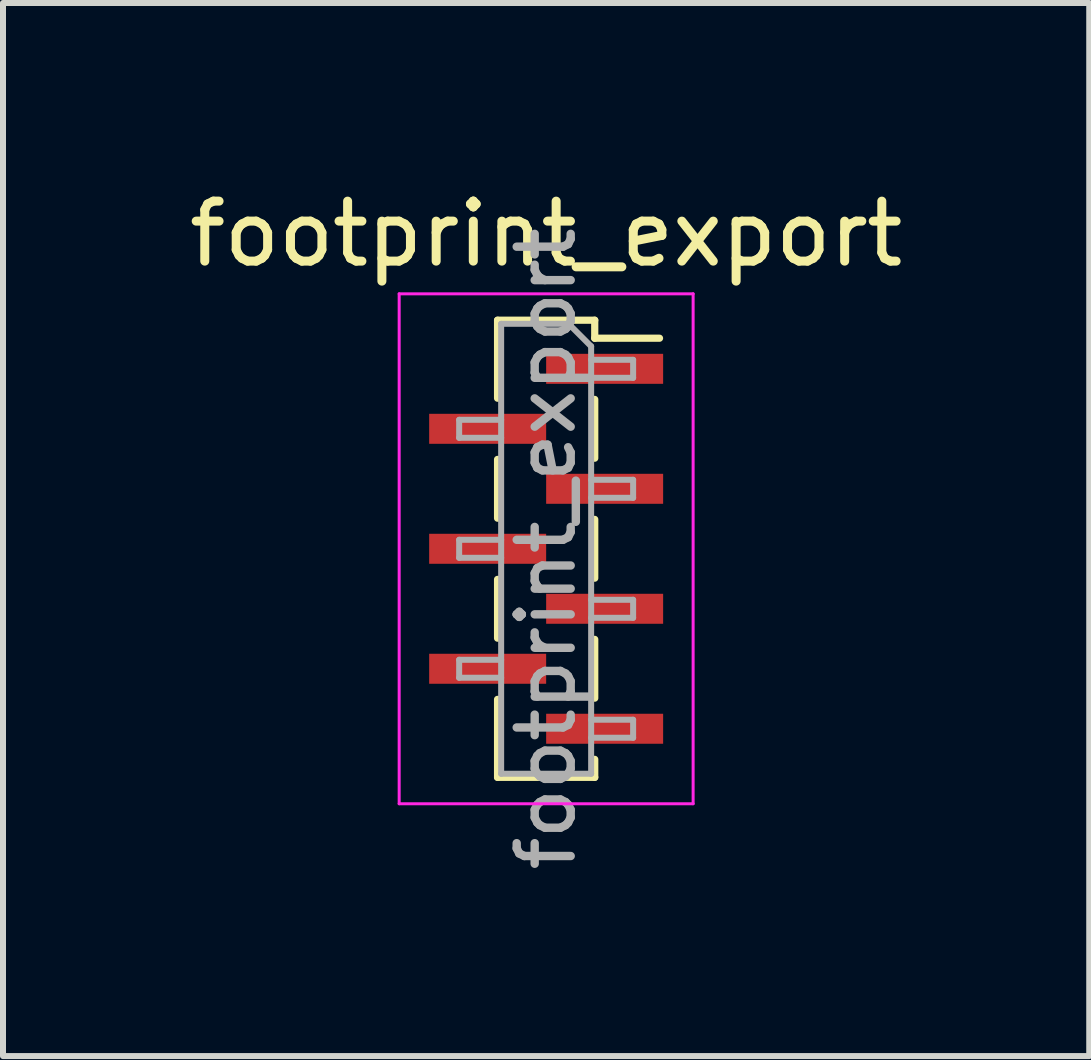
<source format=kicad_pcb>
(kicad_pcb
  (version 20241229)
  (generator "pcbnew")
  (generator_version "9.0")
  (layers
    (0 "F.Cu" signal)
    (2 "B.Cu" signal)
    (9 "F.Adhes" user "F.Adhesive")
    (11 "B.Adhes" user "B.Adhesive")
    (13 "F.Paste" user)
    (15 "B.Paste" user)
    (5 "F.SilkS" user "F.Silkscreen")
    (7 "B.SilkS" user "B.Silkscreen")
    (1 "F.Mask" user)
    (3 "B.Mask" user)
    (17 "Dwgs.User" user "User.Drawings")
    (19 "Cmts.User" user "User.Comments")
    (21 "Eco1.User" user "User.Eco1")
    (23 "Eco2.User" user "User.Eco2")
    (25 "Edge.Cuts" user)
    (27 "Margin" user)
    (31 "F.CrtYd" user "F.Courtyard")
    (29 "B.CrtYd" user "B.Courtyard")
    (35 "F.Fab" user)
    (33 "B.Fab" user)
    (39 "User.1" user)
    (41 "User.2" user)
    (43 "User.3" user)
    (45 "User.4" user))
  (footprint "footprint_export"
    (layer "F.Cu")
    (at 6.054 6.098)
    (property "Reference" "footprint_export" (at 0 -5.25 0) (layer "F.SilkS") (effects (font (size 1 1) (thickness 0.15))))
    (attr smd)
    (fp_line (start -0.81 -3.81) (end -0.81 -2.51) (stroke (width 0.12) (type solid)) (layer "F.SilkS"))
    (fp_line (start -0.81 -3.81) (end 0.81 -3.81) (stroke (width 0.12) (type solid)) (layer "F.SilkS"))
    (fp_line (start -0.81 -1.49) (end -0.81 -0.51) (stroke (width 0.12) (type solid)) (layer "F.SilkS"))
    (fp_line (start -0.81 0.51) (end -0.81 1.49) (stroke (width 0.12) (type solid)) (layer "F.SilkS"))
    (fp_line (start -0.81 2.51) (end -0.81 3.81) (stroke (width 0.12) (type solid)) (layer "F.SilkS"))
    (fp_line (start -0.81 3.81) (end 0.81 3.81) (stroke (width 0.12) (type solid)) (layer "F.SilkS"))
    (fp_line (start 0.81 -3.81) (end 0.81 -3.51) (stroke (width 0.12) (type solid)) (layer "F.SilkS"))
    (fp_line (start 0.81 -3.51) (end 1.89 -3.51) (stroke (width 0.12) (type solid)) (layer "F.SilkS"))
    (fp_line (start 0.81 -2.49) (end 0.81 -1.51) (stroke (width 0.12) (type solid)) (layer "F.SilkS"))
    (fp_line (start 0.81 -0.49) (end 0.81 0.49) (stroke (width 0.12) (type solid)) (layer "F.SilkS"))
    (fp_line (start 0.81 1.51) (end 0.81 2.49) (stroke (width 0.12) (type solid)) (layer "F.SilkS"))
    (fp_line (start 0.81 3.51) (end 0.81 3.81) (stroke (width 0.12) (type solid)) (layer "F.SilkS"))
    (fp_line (start -2.45 -4.25) (end 2.45 -4.25) (stroke (width 0.05) (type solid)) (layer "F.CrtYd"))
    (fp_line (start -2.45 4.25) (end -2.45 -4.25) (stroke (width 0.05) (type solid)) (layer "F.CrtYd"))
    (fp_line (start 2.45 -4.25) (end 2.45 4.25) (stroke (width 0.05) (type solid)) (layer "F.CrtYd"))
    (fp_line (start 2.45 4.25) (end -2.45 4.25) (stroke (width 0.05) (type solid)) (layer "F.CrtYd"))
    (fp_line (start -1.45 -2.15) (end -0.75 -2.15) (stroke (width 0.1) (type solid)) (layer "F.Fab"))
    (fp_line (start -1.45 -1.85) (end -1.45 -2.15) (stroke (width 0.1) (type solid)) (layer "F.Fab"))
    (fp_line (start -1.45 -0.15) (end -0.75 -0.15) (stroke (width 0.1) (type solid)) (layer "F.Fab"))
    (fp_line (start -1.45 0.15) (end -1.45 -0.15) (stroke (width 0.1) (type solid)) (layer "F.Fab"))
    (fp_line (start -1.45 1.85) (end -0.75 1.85) (stroke (width 0.1) (type solid)) (layer "F.Fab"))
    (fp_line (start -1.45 2.15) (end -1.45 1.85) (stroke (width 0.1) (type solid)) (layer "F.Fab"))
    (fp_line (start -0.75 -3.75) (end 0.375 -3.75) (stroke (width 0.1) (type solid)) (layer "F.Fab"))
    (fp_line (start -0.75 -1.85) (end -1.45 -1.85) (stroke (width 0.1) (type solid)) (layer "F.Fab"))
    (fp_line (start -0.75 0.15) (end -1.45 0.15) (stroke (width 0.1) (type solid)) (layer "F.Fab"))
    (fp_line (start -0.75 2.15) (end -1.45 2.15) (stroke (width 0.1) (type solid)) (layer "F.Fab"))
    (fp_line (start -0.75 3.75) (end -0.75 -3.75) (stroke (width 0.1) (type solid)) (layer "F.Fab"))
    (fp_line (start 0.375 -3.75) (end 0.75 -3.375) (stroke (width 0.1) (type solid)) (layer "F.Fab"))
    (fp_line (start 0.75 -3.375) (end 0.75 3.75) (stroke (width 0.1) (type solid)) (layer "F.Fab"))
    (fp_line (start 0.75 -3.15) (end 1.45 -3.15) (stroke (width 0.1) (type solid)) (layer "F.Fab"))
    (fp_line (start 0.75 -1.15) (end 1.45 -1.15) (stroke (width 0.1) (type solid)) (layer "F.Fab"))
    (fp_line (start 0.75 0.85) (end 1.45 0.85) (stroke (width 0.1) (type solid)) (layer "F.Fab"))
    (fp_line (start 0.75 2.85) (end 1.45 2.85) (stroke (width 0.1) (type solid)) (layer "F.Fab"))
    (fp_line (start 0.75 3.75) (end -0.75 3.75) (stroke (width 0.1) (type solid)) (layer "F.Fab"))
    (fp_line (start 1.45 -3.15) (end 1.45 -2.85) (stroke (width 0.1) (type solid)) (layer "F.Fab"))
    (fp_line (start 1.45 -2.85) (end 0.75 -2.85) (stroke (width 0.1) (type solid)) (layer "F.Fab"))
    (fp_line (start 1.45 -1.15) (end 1.45 -0.85) (stroke (width 0.1) (type solid)) (layer "F.Fab"))
    (fp_line (start 1.45 -0.85) (end 0.75 -0.85) (stroke (width 0.1) (type solid)) (layer "F.Fab"))
    (fp_line (start 1.45 0.85) (end 1.45 1.15) (stroke (width 0.1) (type solid)) (layer "F.Fab"))
    (fp_line (start 1.45 1.15) (end 0.75 1.15) (stroke (width 0.1) (type solid)) (layer "F.Fab"))
    (fp_line (start 1.45 2.85) (end 1.45 3.15) (stroke (width 0.1) (type solid)) (layer "F.Fab"))
    (fp_line (start 1.45 3.15) (end 0.75 3.15) (stroke (width 0.1) (type solid)) (layer "F.Fab"))
    (fp_text user "${REFERENCE}" (at 0 0 90) (layer "F.Fab") (effects (font (size 0.9 0.9) (thickness 0.14))))
    (pad "1" smd rect (at 0.975 -3) (size 1.95 0.5) (layers "F.Cu" "F.Mask" "F.Paste"))
    (pad "2" smd rect (at -0.975 -2) (size 1.95 0.5) (layers "F.Cu" "F.Mask" "F.Paste"))
    (pad "3" smd rect (at 0.975 -1) (size 1.95 0.5) (layers "F.Cu" "F.Mask" "F.Paste"))
    (pad "4" smd rect (at -0.975 0) (size 1.95 0.5) (layers "F.Cu" "F.Mask" "F.Paste"))
    (pad "5" smd rect (at 0.975 1) (size 1.95 0.5) (layers "F.Cu" "F.Mask" "F.Paste"))
    (pad "6" smd rect (at -0.975 2) (size 1.95 0.5) (layers "F.Cu" "F.Mask" "F.Paste"))
    (pad "7" smd rect (at 0.975 3) (size 1.95 0.5) (layers "F.Cu" "F.Mask" "F.Paste")))
  (gr_rect
    (start -3 -3)
    (end 15.107 14.554)
    (stroke (width 0.1) (type default))
    (fill no)
    (layer "Edge.Cuts")))
</source>
